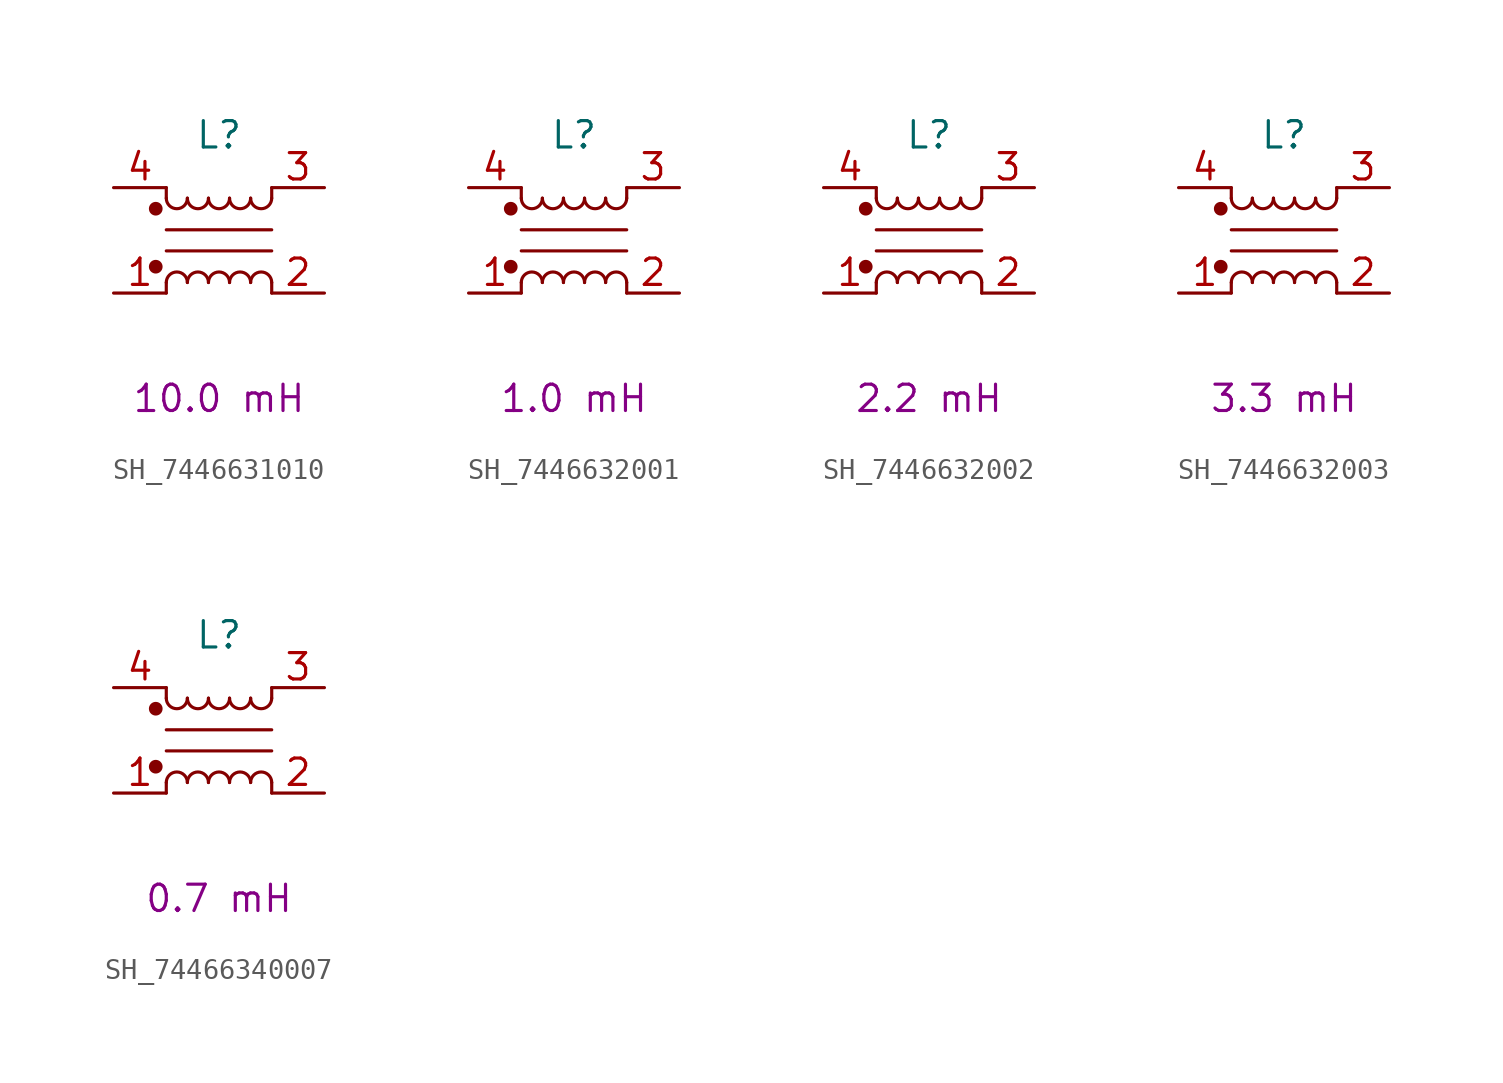
<source format=kicad_sym>
(kicad_symbol_lib
  (version 20220914)
  (generator kicad_symbol_editor)
  (symbol "SH_7446631010"
    (pin_names hide)
    (property "Reference" "L"
      (at 0 5.08 0)
      (effects (font (size 1.27 1.27))))
    (property "Critical Parameter" "10.0 mH"
      (at 0 -7.62 0)
      (effects (font (size 1.27 1.27))))
    (symbol "SH_7446631010_0_1"
      (circle (center -3.048 -1.27) (radius 0.254) (stroke (width 0) (type default)) (fill (type outline)))
      (circle (center -3.048 1.524) (radius 0.254) (stroke (width 0) (type default)) (fill (type outline)))
      (arc (start -2.54 2.032) (mid -2.032 1.5262) (end -1.524 2.032) (stroke (width 0) (type default)) (fill (type none)))
      (arc (start -1.524 -2.032) (mid -2.032 -1.5262) (end -2.54 -2.032) (stroke (width 0) (type default)) (fill (type none)))
      (arc (start -1.524 2.032) (mid -1.016 1.5262) (end -0.508 2.032) (stroke (width 0) (type default)) (fill (type none)))
      (arc (start -0.508 -2.032) (mid -1.016 -1.5262) (end -1.524 -2.032) (stroke (width 0) (type default)) (fill (type none)))
      (arc (start -0.508 2.032) (mid 0 1.5262) (end 0.508 2.032) (stroke (width 0) (type default)) (fill (type none)))
      (polyline (pts (xy -2.54 -2.032) (xy -2.54 -2.54)) (stroke (width 0) (type default)) (fill (type none)))
      (polyline (pts (xy -2.54 0.508) (xy 2.54 0.508)) (stroke (width 0) (type default)) (fill (type none)))
      (polyline (pts (xy -2.54 2.032) (xy -2.54 2.54)) (stroke (width 0) (type default)) (fill (type none)))
      (polyline (pts (xy 2.54 -2.032) (xy 2.54 -2.54)) (stroke (width 0) (type default)) (fill (type none)))
      (polyline (pts (xy 2.54 -0.508) (xy -2.54 -0.508)) (stroke (width 0) (type default)) (fill (type none)))
      (polyline (pts (xy 2.54 2.54) (xy 2.54 2.032)) (stroke (width 0) (type default)) (fill (type none)))
      (arc (start 0.508 -2.032) (mid 0 -1.5262) (end -0.508 -2.032) (stroke (width 0) (type default)) (fill (type none)))
      (arc (start 0.508 2.032) (mid 1.016 1.5262) (end 1.524 2.032) (stroke (width 0) (type default)) (fill (type none)))
      (arc (start 1.524 -2.032) (mid 1.016 -1.5262) (end 0.508 -2.032) (stroke (width 0) (type default)) (fill (type none)))
      (arc (start 1.524 2.032) (mid 2.032 1.5262) (end 2.54 2.032) (stroke (width 0) (type default)) (fill (type none)))
      (arc (start 2.54 -2.032) (mid 2.032 -1.5262) (end 1.524 -2.032) (stroke (width 0) (type default)) (fill (type none))))
    (symbol "SH_7446631010_1_1"
      (pin passive line (at -5.08 -2.54 0) (length 2.54) (name "1" (effects (font (size 1.27 1.27)))) (number "1" (effects (font (size 1.27 1.27)))))
      (pin passive line (at 5.08 -2.54 180) (length 2.54) (name "2" (effects (font (size 1.27 1.27)))) (number "2" (effects (font (size 1.27 1.27)))))
      (pin passive line (at 5.08 2.54 180) (length 2.54) (name "3" (effects (font (size 1.27 1.27)))) (number "3" (effects (font (size 1.27 1.27)))))
      (pin passive line (at -5.08 2.54 0) (length 2.54) (name "4" (effects (font (size 1.27 1.27)))) (number "4" (effects (font (size 1.27 1.27)))))))
  (symbol "SH_7446632001"
    (pin_names hide)
    (property "Reference" "L"
      (at 0 5.08 0)
      (effects (font (size 1.27 1.27))))
    (property "Critical Parameter" "1.0 mH"
      (at 0 -7.62 0)
      (effects (font (size 1.27 1.27))))
    (symbol "SH_7446632001_0_1"
      (circle (center -3.048 -1.27) (radius 0.254) (stroke (width 0) (type default)) (fill (type outline)))
      (circle (center -3.048 1.524) (radius 0.254) (stroke (width 0) (type default)) (fill (type outline)))
      (arc (start -2.54 2.032) (mid -2.032 1.5262) (end -1.524 2.032) (stroke (width 0) (type default)) (fill (type none)))
      (arc (start -1.524 -2.032) (mid -2.032 -1.5262) (end -2.54 -2.032) (stroke (width 0) (type default)) (fill (type none)))
      (arc (start -1.524 2.032) (mid -1.016 1.5262) (end -0.508 2.032) (stroke (width 0) (type default)) (fill (type none)))
      (arc (start -0.508 -2.032) (mid -1.016 -1.5262) (end -1.524 -2.032) (stroke (width 0) (type default)) (fill (type none)))
      (arc (start -0.508 2.032) (mid 0 1.5262) (end 0.508 2.032) (stroke (width 0) (type default)) (fill (type none)))
      (polyline (pts (xy -2.54 -2.032) (xy -2.54 -2.54)) (stroke (width 0) (type default)) (fill (type none)))
      (polyline (pts (xy -2.54 0.508) (xy 2.54 0.508)) (stroke (width 0) (type default)) (fill (type none)))
      (polyline (pts (xy -2.54 2.032) (xy -2.54 2.54)) (stroke (width 0) (type default)) (fill (type none)))
      (polyline (pts (xy 2.54 -2.032) (xy 2.54 -2.54)) (stroke (width 0) (type default)) (fill (type none)))
      (polyline (pts (xy 2.54 -0.508) (xy -2.54 -0.508)) (stroke (width 0) (type default)) (fill (type none)))
      (polyline (pts (xy 2.54 2.54) (xy 2.54 2.032)) (stroke (width 0) (type default)) (fill (type none)))
      (arc (start 0.508 -2.032) (mid 0 -1.5262) (end -0.508 -2.032) (stroke (width 0) (type default)) (fill (type none)))
      (arc (start 0.508 2.032) (mid 1.016 1.5262) (end 1.524 2.032) (stroke (width 0) (type default)) (fill (type none)))
      (arc (start 1.524 -2.032) (mid 1.016 -1.5262) (end 0.508 -2.032) (stroke (width 0) (type default)) (fill (type none)))
      (arc (start 1.524 2.032) (mid 2.032 1.5262) (end 2.54 2.032) (stroke (width 0) (type default)) (fill (type none)))
      (arc (start 2.54 -2.032) (mid 2.032 -1.5262) (end 1.524 -2.032) (stroke (width 0) (type default)) (fill (type none))))
    (symbol "SH_7446632001_1_1"
      (pin passive line (at -5.08 -2.54 0) (length 2.54) (name "1" (effects (font (size 1.27 1.27)))) (number "1" (effects (font (size 1.27 1.27)))))
      (pin passive line (at 5.08 -2.54 180) (length 2.54) (name "2" (effects (font (size 1.27 1.27)))) (number "2" (effects (font (size 1.27 1.27)))))
      (pin passive line (at 5.08 2.54 180) (length 2.54) (name "3" (effects (font (size 1.27 1.27)))) (number "3" (effects (font (size 1.27 1.27)))))
      (pin passive line (at -5.08 2.54 0) (length 2.54) (name "4" (effects (font (size 1.27 1.27)))) (number "4" (effects (font (size 1.27 1.27)))))))
  (symbol "SH_7446632002"
    (pin_names hide)
    (property "Reference" "L"
      (at 0 5.08 0)
      (effects (font (size 1.27 1.27))))
    (property "Critical Parameter" "2.2 mH"
      (at 0 -7.62 0)
      (effects (font (size 1.27 1.27))))
    (symbol "SH_7446632002_0_1"
      (circle (center -3.048 -1.27) (radius 0.254) (stroke (width 0) (type default)) (fill (type outline)))
      (circle (center -3.048 1.524) (radius 0.254) (stroke (width 0) (type default)) (fill (type outline)))
      (arc (start -2.54 2.032) (mid -2.032 1.5262) (end -1.524 2.032) (stroke (width 0) (type default)) (fill (type none)))
      (arc (start -1.524 -2.032) (mid -2.032 -1.5262) (end -2.54 -2.032) (stroke (width 0) (type default)) (fill (type none)))
      (arc (start -1.524 2.032) (mid -1.016 1.5262) (end -0.508 2.032) (stroke (width 0) (type default)) (fill (type none)))
      (arc (start -0.508 -2.032) (mid -1.016 -1.5262) (end -1.524 -2.032) (stroke (width 0) (type default)) (fill (type none)))
      (arc (start -0.508 2.032) (mid 0 1.5262) (end 0.508 2.032) (stroke (width 0) (type default)) (fill (type none)))
      (polyline (pts (xy -2.54 -2.032) (xy -2.54 -2.54)) (stroke (width 0) (type default)) (fill (type none)))
      (polyline (pts (xy -2.54 0.508) (xy 2.54 0.508)) (stroke (width 0) (type default)) (fill (type none)))
      (polyline (pts (xy -2.54 2.032) (xy -2.54 2.54)) (stroke (width 0) (type default)) (fill (type none)))
      (polyline (pts (xy 2.54 -2.032) (xy 2.54 -2.54)) (stroke (width 0) (type default)) (fill (type none)))
      (polyline (pts (xy 2.54 -0.508) (xy -2.54 -0.508)) (stroke (width 0) (type default)) (fill (type none)))
      (polyline (pts (xy 2.54 2.54) (xy 2.54 2.032)) (stroke (width 0) (type default)) (fill (type none)))
      (arc (start 0.508 -2.032) (mid 0 -1.5262) (end -0.508 -2.032) (stroke (width 0) (type default)) (fill (type none)))
      (arc (start 0.508 2.032) (mid 1.016 1.5262) (end 1.524 2.032) (stroke (width 0) (type default)) (fill (type none)))
      (arc (start 1.524 -2.032) (mid 1.016 -1.5262) (end 0.508 -2.032) (stroke (width 0) (type default)) (fill (type none)))
      (arc (start 1.524 2.032) (mid 2.032 1.5262) (end 2.54 2.032) (stroke (width 0) (type default)) (fill (type none)))
      (arc (start 2.54 -2.032) (mid 2.032 -1.5262) (end 1.524 -2.032) (stroke (width 0) (type default)) (fill (type none))))
    (symbol "SH_7446632002_1_1"
      (pin passive line (at -5.08 -2.54 0) (length 2.54) (name "1" (effects (font (size 1.27 1.27)))) (number "1" (effects (font (size 1.27 1.27)))))
      (pin passive line (at 5.08 -2.54 180) (length 2.54) (name "2" (effects (font (size 1.27 1.27)))) (number "2" (effects (font (size 1.27 1.27)))))
      (pin passive line (at 5.08 2.54 180) (length 2.54) (name "3" (effects (font (size 1.27 1.27)))) (number "3" (effects (font (size 1.27 1.27)))))
      (pin passive line (at -5.08 2.54 0) (length 2.54) (name "4" (effects (font (size 1.27 1.27)))) (number "4" (effects (font (size 1.27 1.27)))))))
  (symbol "SH_7446632003"
    (pin_names hide)
    (property "Reference" "L"
      (at 0 5.08 0)
      (effects (font (size 1.27 1.27))))
    (property "Critical Parameter" "3.3 mH"
      (at 0 -7.62 0)
      (effects (font (size 1.27 1.27))))
    (symbol "SH_7446632003_0_1"
      (circle (center -3.048 -1.27) (radius 0.254) (stroke (width 0) (type default)) (fill (type outline)))
      (circle (center -3.048 1.524) (radius 0.254) (stroke (width 0) (type default)) (fill (type outline)))
      (arc (start -2.54 2.032) (mid -2.032 1.5262) (end -1.524 2.032) (stroke (width 0) (type default)) (fill (type none)))
      (arc (start -1.524 -2.032) (mid -2.032 -1.5262) (end -2.54 -2.032) (stroke (width 0) (type default)) (fill (type none)))
      (arc (start -1.524 2.032) (mid -1.016 1.5262) (end -0.508 2.032) (stroke (width 0) (type default)) (fill (type none)))
      (arc (start -0.508 -2.032) (mid -1.016 -1.5262) (end -1.524 -2.032) (stroke (width 0) (type default)) (fill (type none)))
      (arc (start -0.508 2.032) (mid 0 1.5262) (end 0.508 2.032) (stroke (width 0) (type default)) (fill (type none)))
      (polyline (pts (xy -2.54 -2.032) (xy -2.54 -2.54)) (stroke (width 0) (type default)) (fill (type none)))
      (polyline (pts (xy -2.54 0.508) (xy 2.54 0.508)) (stroke (width 0) (type default)) (fill (type none)))
      (polyline (pts (xy -2.54 2.032) (xy -2.54 2.54)) (stroke (width 0) (type default)) (fill (type none)))
      (polyline (pts (xy 2.54 -2.032) (xy 2.54 -2.54)) (stroke (width 0) (type default)) (fill (type none)))
      (polyline (pts (xy 2.54 -0.508) (xy -2.54 -0.508)) (stroke (width 0) (type default)) (fill (type none)))
      (polyline (pts (xy 2.54 2.54) (xy 2.54 2.032)) (stroke (width 0) (type default)) (fill (type none)))
      (arc (start 0.508 -2.032) (mid 0 -1.5262) (end -0.508 -2.032) (stroke (width 0) (type default)) (fill (type none)))
      (arc (start 0.508 2.032) (mid 1.016 1.5262) (end 1.524 2.032) (stroke (width 0) (type default)) (fill (type none)))
      (arc (start 1.524 -2.032) (mid 1.016 -1.5262) (end 0.508 -2.032) (stroke (width 0) (type default)) (fill (type none)))
      (arc (start 1.524 2.032) (mid 2.032 1.5262) (end 2.54 2.032) (stroke (width 0) (type default)) (fill (type none)))
      (arc (start 2.54 -2.032) (mid 2.032 -1.5262) (end 1.524 -2.032) (stroke (width 0) (type default)) (fill (type none))))
    (symbol "SH_7446632003_1_1"
      (pin passive line (at -5.08 -2.54 0) (length 2.54) (name "1" (effects (font (size 1.27 1.27)))) (number "1" (effects (font (size 1.27 1.27)))))
      (pin passive line (at 5.08 -2.54 180) (length 2.54) (name "2" (effects (font (size 1.27 1.27)))) (number "2" (effects (font (size 1.27 1.27)))))
      (pin passive line (at 5.08 2.54 180) (length 2.54) (name "3" (effects (font (size 1.27 1.27)))) (number "3" (effects (font (size 1.27 1.27)))))
      (pin passive line (at -5.08 2.54 0) (length 2.54) (name "4" (effects (font (size 1.27 1.27)))) (number "4" (effects (font (size 1.27 1.27)))))))
  (symbol "SH_74466340007"
    (pin_names hide)
    (property "Reference" "L"
      (at 0 5.08 0)
      (effects (font (size 1.27 1.27))))
    (property "Critical Parameter" "0.7 mH"
      (at 0 -7.62 0)
      (effects (font (size 1.27 1.27))))
    (symbol "SH_74466340007_0_1"
      (circle (center -3.048 -1.27) (radius 0.254) (stroke (width 0) (type default)) (fill (type outline)))
      (circle (center -3.048 1.524) (radius 0.254) (stroke (width 0) (type default)) (fill (type outline)))
      (arc (start -2.54 2.032) (mid -2.032 1.5262) (end -1.524 2.032) (stroke (width 0) (type default)) (fill (type none)))
      (arc (start -1.524 -2.032) (mid -2.032 -1.5262) (end -2.54 -2.032) (stroke (width 0) (type default)) (fill (type none)))
      (arc (start -1.524 2.032) (mid -1.016 1.5262) (end -0.508 2.032) (stroke (width 0) (type default)) (fill (type none)))
      (arc (start -0.508 -2.032) (mid -1.016 -1.5262) (end -1.524 -2.032) (stroke (width 0) (type default)) (fill (type none)))
      (arc (start -0.508 2.032) (mid 0 1.5262) (end 0.508 2.032) (stroke (width 0) (type default)) (fill (type none)))
      (polyline (pts (xy -2.54 -2.032) (xy -2.54 -2.54)) (stroke (width 0) (type default)) (fill (type none)))
      (polyline (pts (xy -2.54 0.508) (xy 2.54 0.508)) (stroke (width 0) (type default)) (fill (type none)))
      (polyline (pts (xy -2.54 2.032) (xy -2.54 2.54)) (stroke (width 0) (type default)) (fill (type none)))
      (polyline (pts (xy 2.54 -2.032) (xy 2.54 -2.54)) (stroke (width 0) (type default)) (fill (type none)))
      (polyline (pts (xy 2.54 -0.508) (xy -2.54 -0.508)) (stroke (width 0) (type default)) (fill (type none)))
      (polyline (pts (xy 2.54 2.54) (xy 2.54 2.032)) (stroke (width 0) (type default)) (fill (type none)))
      (arc (start 0.508 -2.032) (mid 0 -1.5262) (end -0.508 -2.032) (stroke (width 0) (type default)) (fill (type none)))
      (arc (start 0.508 2.032) (mid 1.016 1.5262) (end 1.524 2.032) (stroke (width 0) (type default)) (fill (type none)))
      (arc (start 1.524 -2.032) (mid 1.016 -1.5262) (end 0.508 -2.032) (stroke (width 0) (type default)) (fill (type none)))
      (arc (start 1.524 2.032) (mid 2.032 1.5262) (end 2.54 2.032) (stroke (width 0) (type default)) (fill (type none)))
      (arc (start 2.54 -2.032) (mid 2.032 -1.5262) (end 1.524 -2.032) (stroke (width 0) (type default)) (fill (type none))))
    (symbol "SH_74466340007_1_1"
      (pin passive line (at -5.08 -2.54 0) (length 2.54) (name "1" (effects (font (size 1.27 1.27)))) (number "1" (effects (font (size 1.27 1.27)))))
      (pin passive line (at 5.08 -2.54 180) (length 2.54) (name "2" (effects (font (size 1.27 1.27)))) (number "2" (effects (font (size 1.27 1.27)))))
      (pin passive line (at 5.08 2.54 180) (length 2.54) (name "3" (effects (font (size 1.27 1.27)))) (number "3" (effects (font (size 1.27 1.27)))))
      (pin passive line (at -5.08 2.54 0) (length 2.54) (name "4" (effects (font (size 1.27 1.27)))) (number "4" (effects (font (size 1.27 1.27))))))))
</source>
